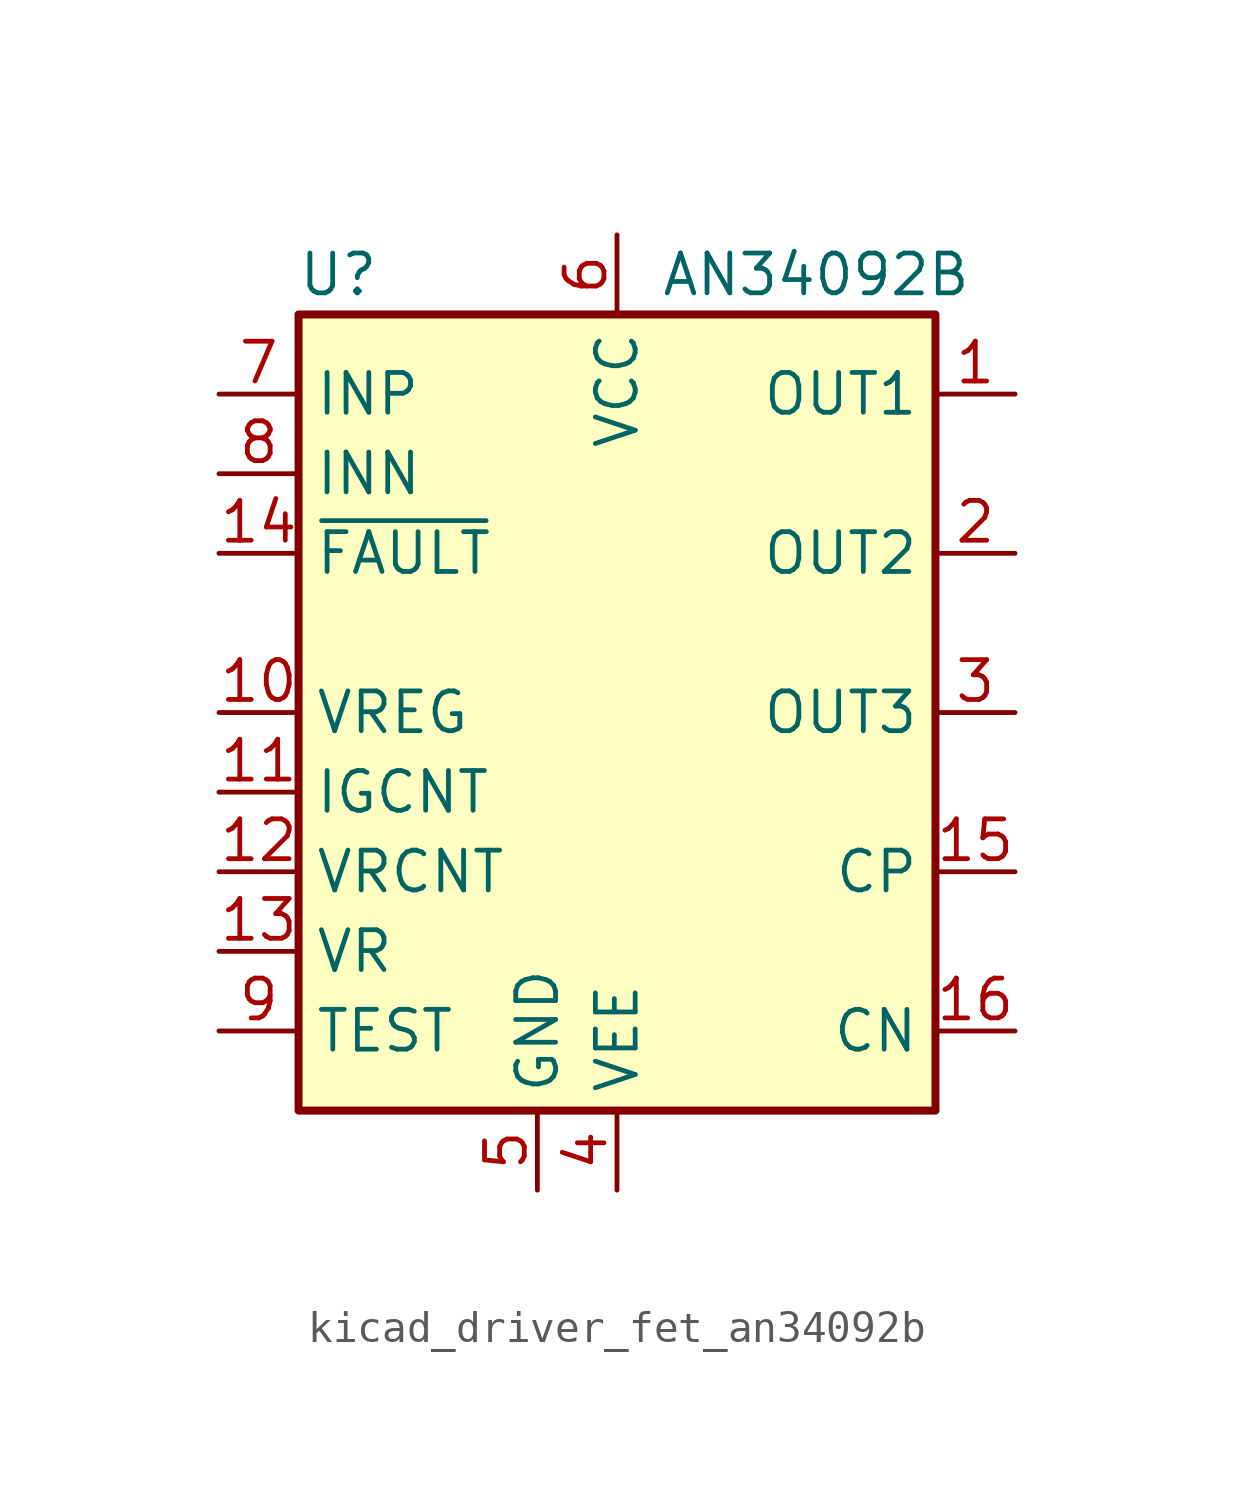
<source format=kicad_sym>
(kicad_symbol_lib
  (version 20220914)
  (generator kicad_symbol_editor)
  (symbol "kicad_driver_fet_an34092b"
    (property "Reference" "U"
      (at -8.89 13.97 0)
      (effects (font (size 1.27 1.27))))
    (property "Value" "AN34092B"
      (at 6.35 13.97 0)
      (effects (font (size 1.27 1.27))))
    (symbol "kicad_driver_fet_an34092b_0_1"
      (rectangle (start -10.16 -12.7) (end 10.16 12.7) (stroke (width 0.254) (type default)) (fill (type background))))
    (symbol "kicad_driver_fet_an34092b_1_1"
      (pin output line (at 12.7 10.16 180) (length 2.54) (name "OUT1" (effects (font (size 1.27 1.27)))) (number "1" (effects (font (size 1.27 1.27)))))
      (pin passive line (at -12.7 0 0) (length 2.54) (name "VREG" (effects (font (size 1.27 1.27)))) (number "10" (effects (font (size 1.27 1.27)))))
      (pin passive line (at -12.7 -2.54 0) (length 2.54) (name "IGCNT" (effects (font (size 1.27 1.27)))) (number "11" (effects (font (size 1.27 1.27)))))
      (pin passive line (at -12.7 -5.08 0) (length 2.54) (name "VRCNT" (effects (font (size 1.27 1.27)))) (number "12" (effects (font (size 1.27 1.27)))))
      (pin passive line (at -12.7 -7.62 0) (length 2.54) (name "VR" (effects (font (size 1.27 1.27)))) (number "13" (effects (font (size 1.27 1.27)))))
      (pin open_collector line (at -12.7 5.08 0) (length 2.54) (name "~{FAULT}" (effects (font (size 1.27 1.27)))) (number "14" (effects (font (size 1.27 1.27)))))
      (pin passive line (at 12.7 -5.08 180) (length 2.54) (name "CP" (effects (font (size 1.27 1.27)))) (number "15" (effects (font (size 1.27 1.27)))))
      (pin passive line (at 12.7 -10.16 180) (length 2.54) (name "CN" (effects (font (size 1.27 1.27)))) (number "16" (effects (font (size 1.27 1.27)))))
      (pin passive line (at -2.54 -15.24 90) (length 2.54) hide (name "GND" (effects (font (size 1.27 1.27)))) (number "17" (effects (font (size 1.27 1.27)))))
      (pin output line (at 12.7 5.08 180) (length 2.54) (name "OUT2" (effects (font (size 1.27 1.27)))) (number "2" (effects (font (size 1.27 1.27)))))
      (pin output line (at 12.7 0 180) (length 2.54) (name "OUT3" (effects (font (size 1.27 1.27)))) (number "3" (effects (font (size 1.27 1.27)))))
      (pin power_in line (at 0 -15.24 90) (length 2.54) (name "VEE" (effects (font (size 1.27 1.27)))) (number "4" (effects (font (size 1.27 1.27)))))
      (pin power_in line (at -2.54 -15.24 90) (length 2.54) (name "GND" (effects (font (size 1.27 1.27)))) (number "5" (effects (font (size 1.27 1.27)))))
      (pin power_in line (at 0 15.24 270) (length 2.54) (name "VCC" (effects (font (size 1.27 1.27)))) (number "6" (effects (font (size 1.27 1.27)))))
      (pin input line (at -12.7 10.16 0) (length 2.54) (name "INP" (effects (font (size 1.27 1.27)))) (number "7" (effects (font (size 1.27 1.27)))))
      (pin input line (at -12.7 7.62 0) (length 2.54) (name "INN" (effects (font (size 1.27 1.27)))) (number "8" (effects (font (size 1.27 1.27)))))
      (pin passive line (at -12.7 -10.16 0) (length 2.54) (name "TEST" (effects (font (size 1.27 1.27)))) (number "9" (effects (font (size 1.27 1.27))))))))
</source>
